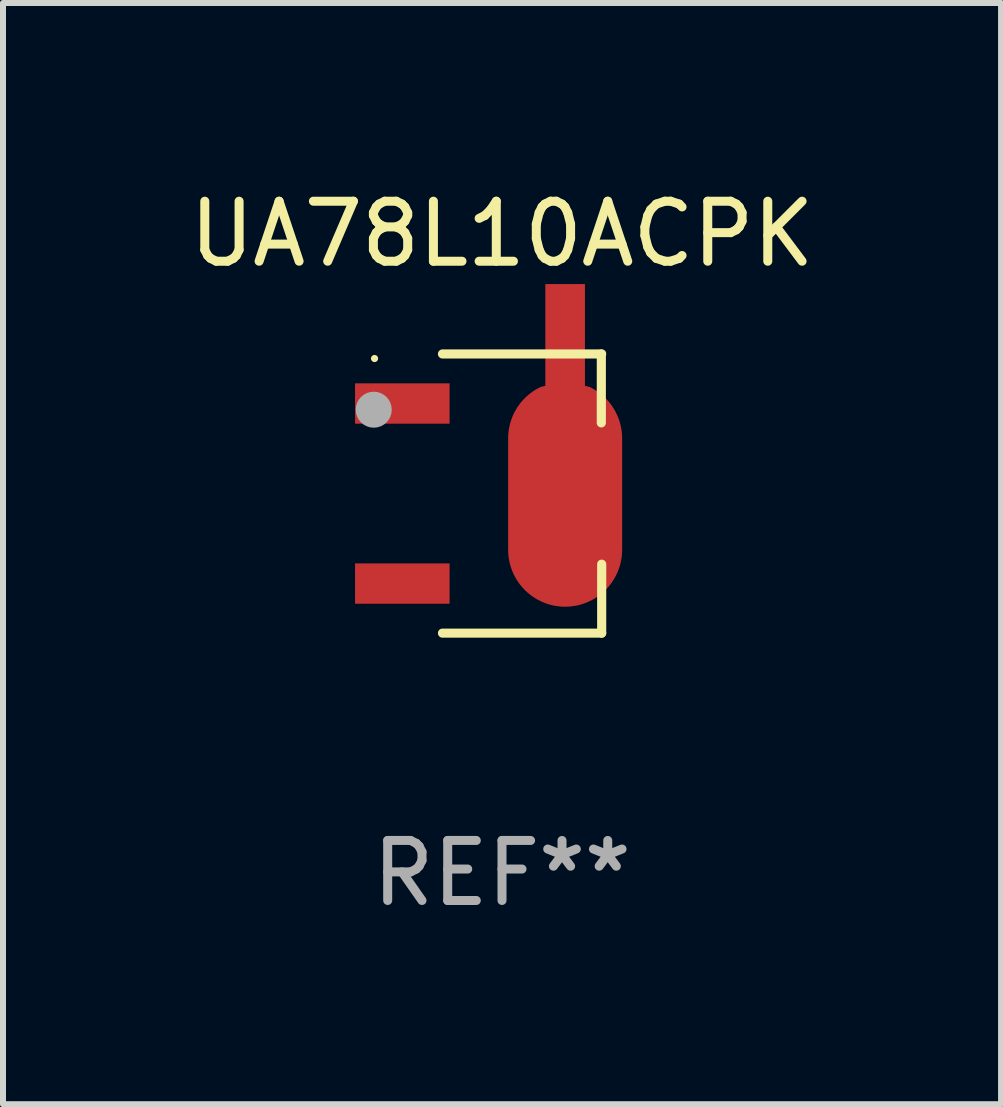
<source format=kicad_pcb>
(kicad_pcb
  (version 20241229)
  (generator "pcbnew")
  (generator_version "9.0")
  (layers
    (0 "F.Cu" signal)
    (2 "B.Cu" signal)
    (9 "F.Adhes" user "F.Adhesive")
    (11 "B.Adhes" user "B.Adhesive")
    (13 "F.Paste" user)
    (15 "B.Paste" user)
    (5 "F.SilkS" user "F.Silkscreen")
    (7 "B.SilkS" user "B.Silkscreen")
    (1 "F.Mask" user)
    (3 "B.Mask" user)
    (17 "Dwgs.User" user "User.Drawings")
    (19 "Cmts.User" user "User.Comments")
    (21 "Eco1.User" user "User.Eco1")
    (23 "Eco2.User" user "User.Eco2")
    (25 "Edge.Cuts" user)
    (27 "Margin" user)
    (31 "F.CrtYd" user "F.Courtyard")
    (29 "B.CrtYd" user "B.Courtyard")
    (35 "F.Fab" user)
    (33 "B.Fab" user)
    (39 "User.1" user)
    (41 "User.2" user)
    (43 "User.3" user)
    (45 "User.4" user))
  (footprint "UA78L10ACPK"
    (layer "F.Cu")
    (at 5.315 5.174)
    (property "Reference" "UA78L10ACPK" (at 0 -4.326 0) (layer "F.SilkS") (effects (font (size 1 1) (thickness 0.15))))
    (attr through_hole)
    (fp_line (start -0.992 -2.326) (end 1.661 -2.326) (stroke (width 0.152) (type solid)) (layer "F.SilkS"))
    (fp_line (start -0.992 2.326) (end 1.661 2.326) (stroke (width 0.152) (type solid)) (layer "F.SilkS"))
    (fp_line (start 1.655 -2.326) (end 1.655 -1.177) (stroke (width 0.152) (type solid)) (layer "F.SilkS"))
    (fp_line (start 1.661 2.326) (end 1.661 1.177) (stroke (width 0.152) (type solid)) (layer "F.SilkS"))
    (fp_circle (center -2.124 -2.25) (end -2.094 -2.25) (stroke (width 0.06) (type solid)) (fill no) (layer "F.SilkS"))
    (fp_circle (center -2.137 -1.397) (end -1.987 -1.397) (stroke (width 0.3) (type solid)) (fill no) (layer "F.Fab"))
    (fp_text user "REF**" (at 0 6.326 0) (layer "F.Fab") (effects (font (size 1 1) (thickness 0.15))))
    (pad "1" smd rect (at -1.661 -1.5 180) (size 1.575 0.672) (layers "F.Cu" "F.Mask" "F.Paste"))
    (pad "2" smd custom (at 1.052 0.009 270) (size 1.9 5.377) (layers "F.Cu" "F.Mask" "F.Paste") (options (anchor circle)) (primitives (gr_poly (pts (xy 0.927 0.95) (xy -0.927 0.95) (xy -0.972 0.949) (xy -1.016 0.946) (xy -1.06 0.941) (xy -1.104 0.933) (xy -1.148 0.924) (xy -1.191 0.913) (xy -1.234 0.899) (xy -1.275 0.884) (xy -1.316 0.867) (xy -1.357 0.848) (xy -1.396 0.826) (xy -1.434 0.804) (xy -1.471 0.779) (xy -1.507 0.753) (xy -1.542 0.725) (xy -1.575 0.695) (xy -1.607 0.664) (xy -1.637 0.631) (xy -1.666 0.597) (xy -1.693 0.562) (xy -1.719 0.526) (xy -1.742 0.488) (xy -1.764 0.449) (xy -1.785 0.409) (xy -1.803 0.33) (xy -3.5 0.33) (xy -3.5 -0.33) (xy -1.803 -0.33) (xy -1.785 -0.409) (xy -1.764 -0.449) (xy -1.742 -0.488) (xy -1.719 -0.525) (xy -1.693 -0.562) (xy -1.666 -0.597) (xy -1.637 -0.631) (xy -1.607 -0.664) (xy -1.575 -0.695) (xy -1.542 -0.725) (xy -1.507 -0.753) (xy -1.471 -0.779) (xy -1.434 -0.803) (xy -1.396 -0.826) (xy -1.357 -0.847) (xy -1.316 -0.867) (xy -1.275 -0.884) (xy -1.234 -0.899) (xy -1.191 -0.913) (xy -1.148 -0.924) (xy -1.104 -0.933) (xy -1.06 -0.941) (xy -1.016 -0.946) (xy -0.972 -0.949) (xy -0.927 -0.95) (xy 0.927 -0.95) (xy 0.971 -0.949) (xy 1.016 -0.946) (xy 1.06 -0.941) (xy 1.104 -0.933) (xy 1.148 -0.924) (xy 1.191 -0.913) (xy 1.233 -0.899) (xy 1.275 -0.884) (xy 1.316 -0.867) (xy 1.356 -0.847) (xy 1.396 -0.826) (xy 1.434 -0.803) (xy 1.471 -0.779) (xy 1.507 -0.753) (xy 1.541 -0.725) (xy 1.575 -0.695) (xy 1.607 -0.664) (xy 1.637 -0.631) (xy 1.666 -0.597) (xy 1.693 -0.562) (xy 1.718 -0.525) (xy 1.742 -0.488) (xy 1.764 -0.449) (xy 1.784 -0.409) (xy 1.802 -0.369) (xy 1.819 -0.327) (xy 1.833 -0.285) (xy 1.846 -0.242) (xy 1.856 -0.199) (xy 1.864 -0.155) (xy 1.87 -0.111) (xy 1.875 -0.067) (xy 1.877 -0.022) (xy 1.877 0.022) (xy 1.875 0.067) (xy 1.87 0.111) (xy 1.864 0.155) (xy 1.856 0.199) (xy 1.846 0.242) (xy 1.833 0.285) (xy 1.819 0.327) (xy 1.802 0.369) (xy 1.784 0.409) (xy 1.764 0.449) (xy 1.742 0.488) (xy 1.718 0.526) (xy 1.693 0.562) (xy 1.666 0.597) (xy 1.637 0.631) (xy 1.607 0.664) (xy 1.575 0.695) (xy 1.541 0.725) (xy 1.507 0.753) (xy 1.471 0.779) (xy 1.434 0.804) (xy 1.396 0.826) (xy 1.356 0.848) (xy 1.316 0.867) (xy 1.275 0.884) (xy 1.233 0.899) (xy 1.191 0.913) (xy 1.148 0.924) (xy 1.104 0.933) (xy 1.06 0.941) (xy 1.016 0.946) (xy 0.971 0.949) (xy 0.927 0.95)) (width 0) (fill yes))))
    (pad "3" smd rect (at -1.661 1.5 180) (size 1.575 0.672) (layers "F.Cu" "F.Mask" "F.Paste")))
  (gr_rect
    (start -3 -3)
    (end 13.631 15.349)
    (stroke (width 0.1) (type default))
    (fill no)
    (layer "Edge.Cuts")))
</source>
